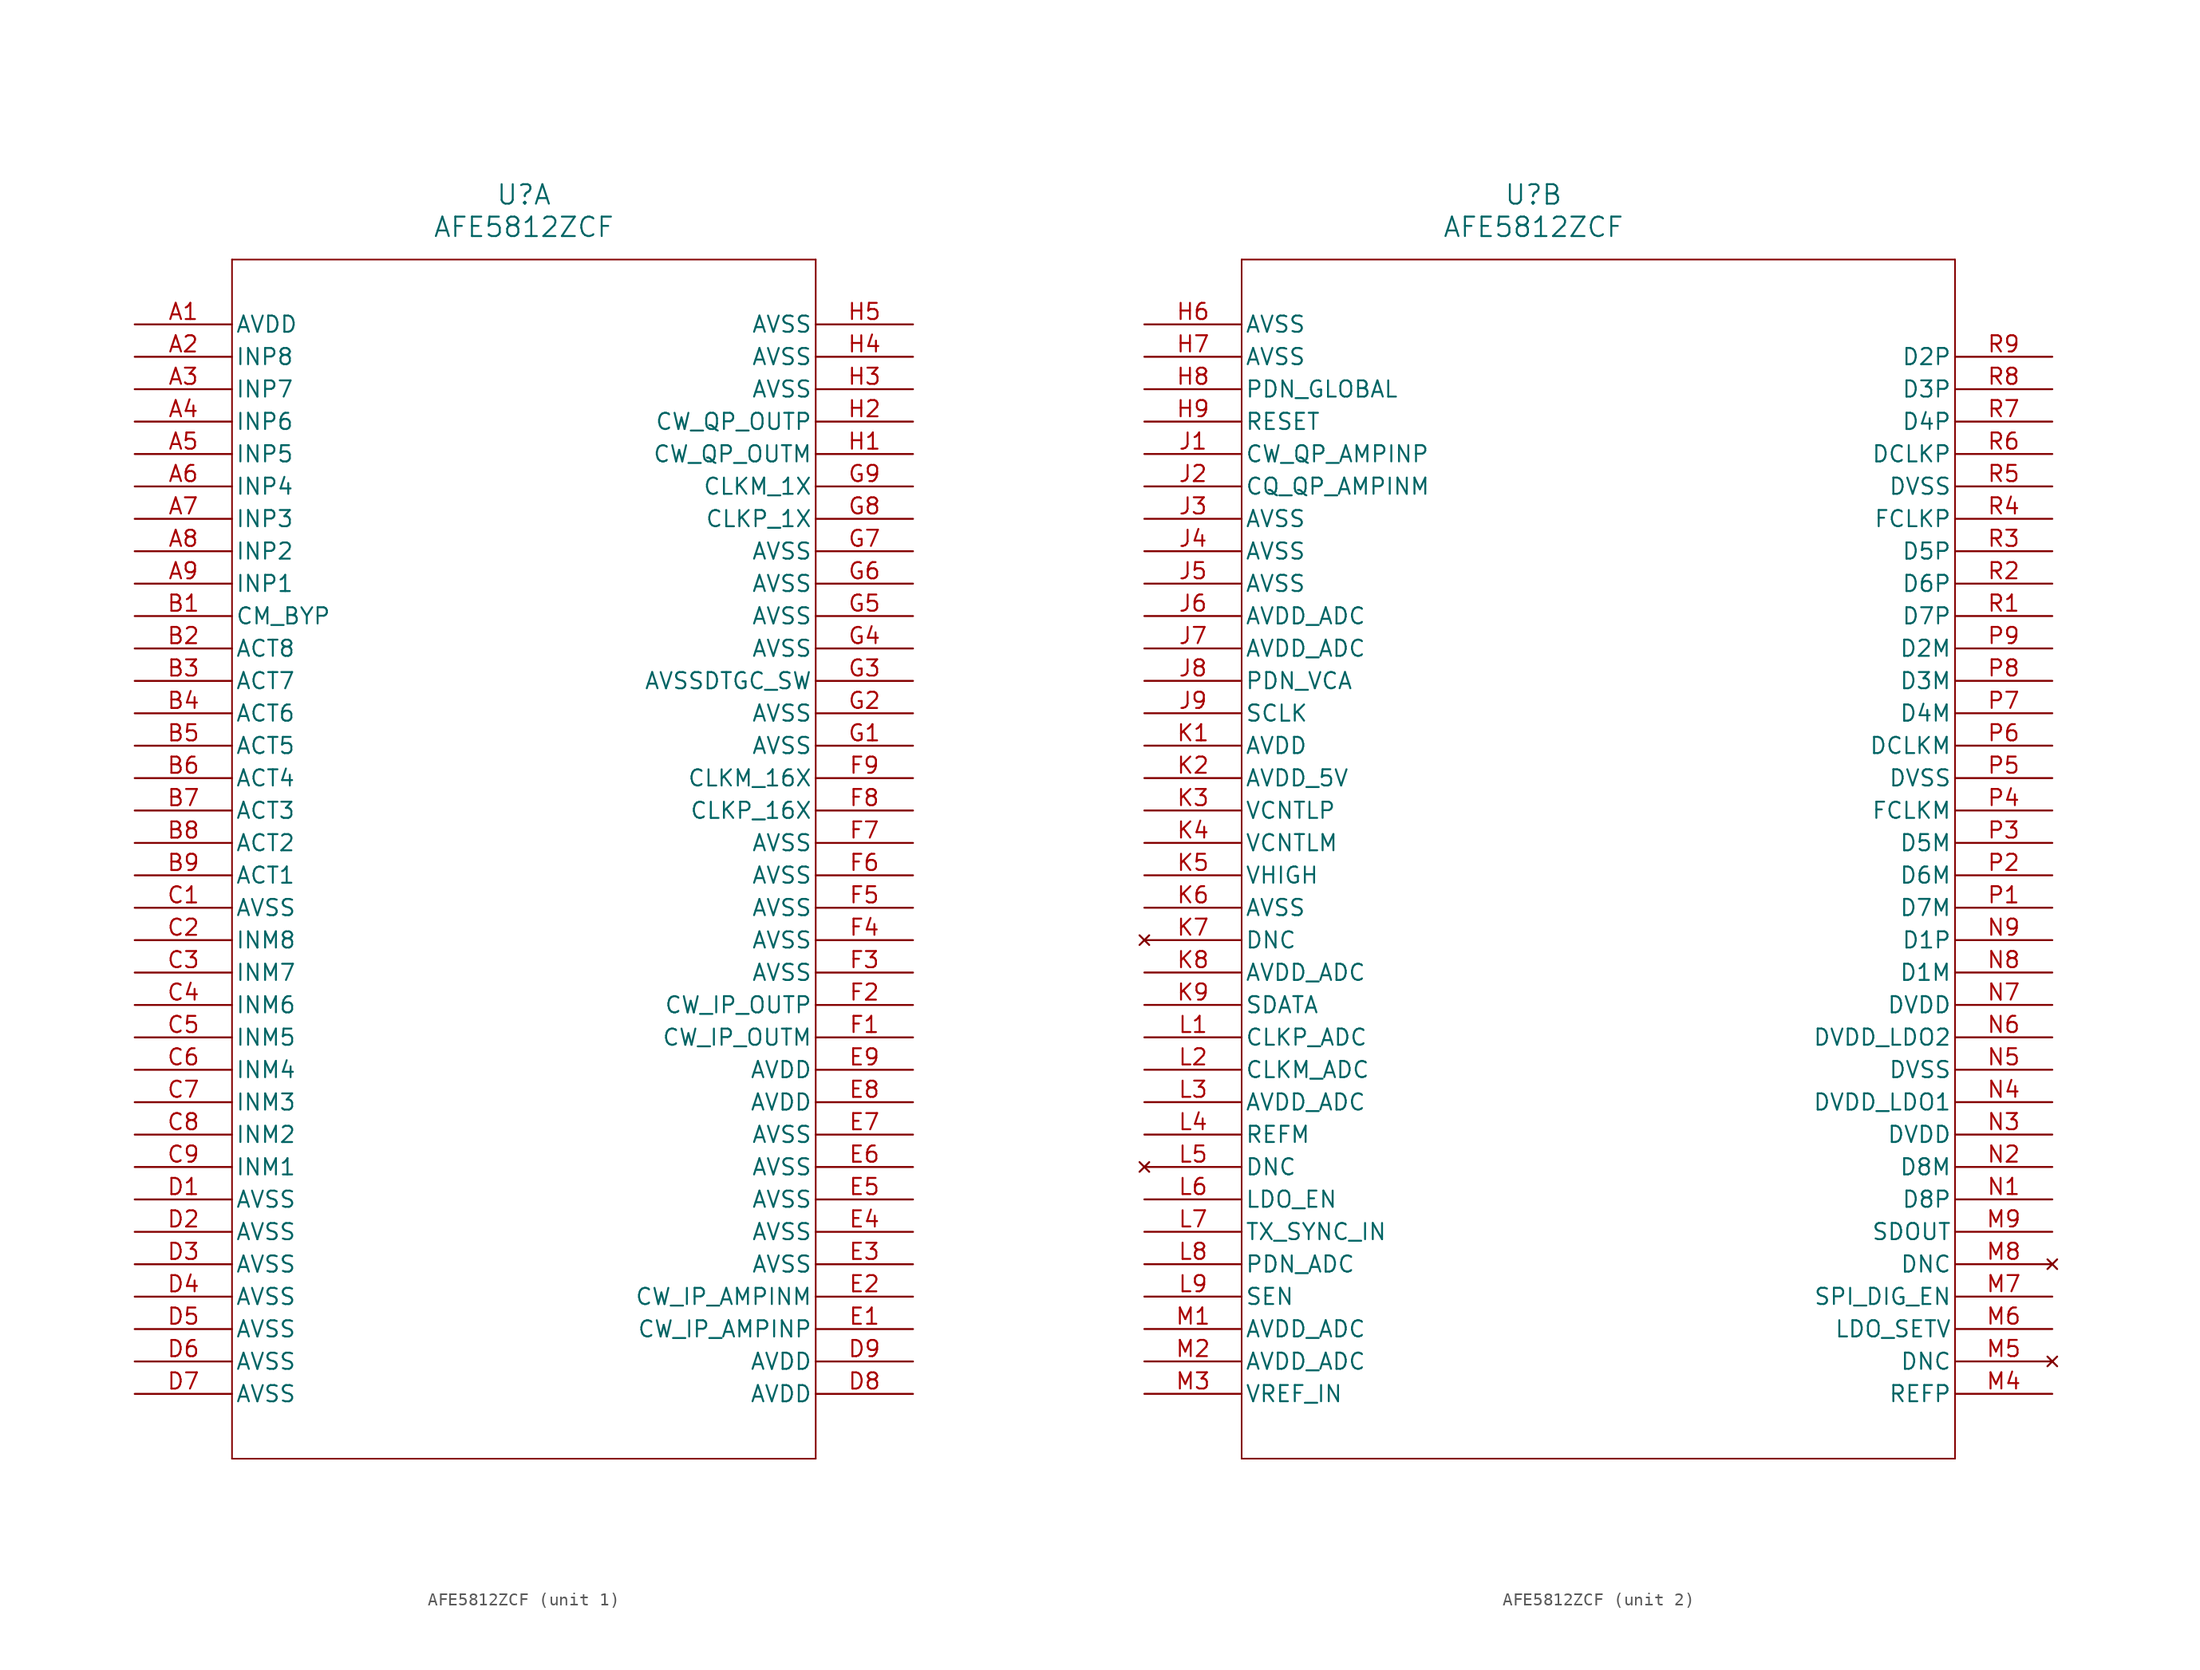
<source format=kicad_sym>
(kicad_symbol_lib
  (version 20220914)
  (generator kicad_symbol_editor)
  (symbol "AFE5812ZCF"
    (pin_names
      (offset 0.254))
    (property "Reference" "U"
      (at 30.48 10.16 0)
      (effects (font (size 1.524 1.524))))
    (property "Value" "AFE5812ZCF"
      (at 30.48 7.62 0)
      (effects (font (size 1.524 1.524))))
    (property "ki_locked" ""
      (at 0 0 0)
      (effects (font (size 1.27 1.27))))
    (symbol "AFE5812ZCF_1_1"
      (polyline (pts (xy 7.62 -88.9) (xy 53.34 -88.9)) (stroke (width 0.127) (type default)) (fill (type none)))
      (polyline (pts (xy 7.62 5.08) (xy 7.62 -88.9)) (stroke (width 0.127) (type default)) (fill (type none)))
      (polyline (pts (xy 53.34 -88.9) (xy 53.34 5.08)) (stroke (width 0.127) (type default)) (fill (type none)))
      (polyline (pts (xy 53.34 5.08) (xy 7.62 5.08)) (stroke (width 0.127) (type default)) (fill (type none)))
      (pin power_in line (at 0 0 0) (length 7.62) (name "AVDD" (effects (font (size 1.27 1.27)))) (number "A1" (effects (font (size 1.27 1.27)))))
      (pin input line (at 0 -2.54 0) (length 7.62) (name "INP8" (effects (font (size 1.27 1.27)))) (number "A2" (effects (font (size 1.27 1.27)))))
      (pin input line (at 0 -5.08 0) (length 7.62) (name "INP7" (effects (font (size 1.27 1.27)))) (number "A3" (effects (font (size 1.27 1.27)))))
      (pin input line (at 0 -7.62 0) (length 7.62) (name "INP6" (effects (font (size 1.27 1.27)))) (number "A4" (effects (font (size 1.27 1.27)))))
      (pin input line (at 0 -10.16 0) (length 7.62) (name "INP5" (effects (font (size 1.27 1.27)))) (number "A5" (effects (font (size 1.27 1.27)))))
      (pin input line (at 0 -12.7 0) (length 7.62) (name "INP4" (effects (font (size 1.27 1.27)))) (number "A6" (effects (font (size 1.27 1.27)))))
      (pin input line (at 0 -15.24 0) (length 7.62) (name "INP3" (effects (font (size 1.27 1.27)))) (number "A7" (effects (font (size 1.27 1.27)))))
      (pin input line (at 0 -17.78 0) (length 7.62) (name "INP2" (effects (font (size 1.27 1.27)))) (number "A8" (effects (font (size 1.27 1.27)))))
      (pin input line (at 0 -20.32 0) (length 7.62) (name "INP1" (effects (font (size 1.27 1.27)))) (number "A9" (effects (font (size 1.27 1.27)))))
      (pin unspecified line (at 0 -22.86 0) (length 7.62) (name "CM_BYP" (effects (font (size 1.27 1.27)))) (number "B1" (effects (font (size 1.27 1.27)))))
      (pin input line (at 0 -25.4 0) (length 7.62) (name "ACT8" (effects (font (size 1.27 1.27)))) (number "B2" (effects (font (size 1.27 1.27)))))
      (pin input line (at 0 -27.94 0) (length 7.62) (name "ACT7" (effects (font (size 1.27 1.27)))) (number "B3" (effects (font (size 1.27 1.27)))))
      (pin input line (at 0 -30.48 0) (length 7.62) (name "ACT6" (effects (font (size 1.27 1.27)))) (number "B4" (effects (font (size 1.27 1.27)))))
      (pin input line (at 0 -33.02 0) (length 7.62) (name "ACT5" (effects (font (size 1.27 1.27)))) (number "B5" (effects (font (size 1.27 1.27)))))
      (pin input line (at 0 -35.56 0) (length 7.62) (name "ACT4" (effects (font (size 1.27 1.27)))) (number "B6" (effects (font (size 1.27 1.27)))))
      (pin input line (at 0 -38.1 0) (length 7.62) (name "ACT3" (effects (font (size 1.27 1.27)))) (number "B7" (effects (font (size 1.27 1.27)))))
      (pin input line (at 0 -40.64 0) (length 7.62) (name "ACT2" (effects (font (size 1.27 1.27)))) (number "B8" (effects (font (size 1.27 1.27)))))
      (pin input line (at 0 -43.18 0) (length 7.62) (name "ACT1" (effects (font (size 1.27 1.27)))) (number "B9" (effects (font (size 1.27 1.27)))))
      (pin power_in line (at 0 -45.72 0) (length 7.62) (name "AVSS" (effects (font (size 1.27 1.27)))) (number "C1" (effects (font (size 1.27 1.27)))))
      (pin input line (at 0 -48.26 0) (length 7.62) (name "INM8" (effects (font (size 1.27 1.27)))) (number "C2" (effects (font (size 1.27 1.27)))))
      (pin input line (at 0 -50.8 0) (length 7.62) (name "INM7" (effects (font (size 1.27 1.27)))) (number "C3" (effects (font (size 1.27 1.27)))))
      (pin input line (at 0 -53.34 0) (length 7.62) (name "INM6" (effects (font (size 1.27 1.27)))) (number "C4" (effects (font (size 1.27 1.27)))))
      (pin input line (at 0 -55.88 0) (length 7.62) (name "INM5" (effects (font (size 1.27 1.27)))) (number "C5" (effects (font (size 1.27 1.27)))))
      (pin input line (at 0 -58.42 0) (length 7.62) (name "INM4" (effects (font (size 1.27 1.27)))) (number "C6" (effects (font (size 1.27 1.27)))))
      (pin input line (at 0 -60.96 0) (length 7.62) (name "INM3" (effects (font (size 1.27 1.27)))) (number "C7" (effects (font (size 1.27 1.27)))))
      (pin input line (at 0 -63.5 0) (length 7.62) (name "INM2" (effects (font (size 1.27 1.27)))) (number "C8" (effects (font (size 1.27 1.27)))))
      (pin input line (at 0 -66.04 0) (length 7.62) (name "INM1" (effects (font (size 1.27 1.27)))) (number "C9" (effects (font (size 1.27 1.27)))))
      (pin power_in line (at 0 -68.58 0) (length 7.62) (name "AVSS" (effects (font (size 1.27 1.27)))) (number "D1" (effects (font (size 1.27 1.27)))))
      (pin power_in line (at 0 -71.12 0) (length 7.62) (name "AVSS" (effects (font (size 1.27 1.27)))) (number "D2" (effects (font (size 1.27 1.27)))))
      (pin power_in line (at 0 -73.66 0) (length 7.62) (name "AVSS" (effects (font (size 1.27 1.27)))) (number "D3" (effects (font (size 1.27 1.27)))))
      (pin power_in line (at 0 -76.2 0) (length 7.62) (name "AVSS" (effects (font (size 1.27 1.27)))) (number "D4" (effects (font (size 1.27 1.27)))))
      (pin power_in line (at 0 -78.74 0) (length 7.62) (name "AVSS" (effects (font (size 1.27 1.27)))) (number "D5" (effects (font (size 1.27 1.27)))))
      (pin power_in line (at 0 -81.28 0) (length 7.62) (name "AVSS" (effects (font (size 1.27 1.27)))) (number "D6" (effects (font (size 1.27 1.27)))))
      (pin power_in line (at 0 -83.82 0) (length 7.62) (name "AVSS" (effects (font (size 1.27 1.27)))) (number "D7" (effects (font (size 1.27 1.27)))))
      (pin power_in line (at 60.96 -83.82 180) (length 7.62) (name "AVDD" (effects (font (size 1.27 1.27)))) (number "D8" (effects (font (size 1.27 1.27)))))
      (pin power_in line (at 60.96 -81.28 180) (length 7.62) (name "AVDD" (effects (font (size 1.27 1.27)))) (number "D9" (effects (font (size 1.27 1.27)))))
      (pin input line (at 60.96 -78.74 180) (length 7.62) (name "CW_IP_AMPINP" (effects (font (size 1.27 1.27)))) (number "E1" (effects (font (size 1.27 1.27)))))
      (pin input line (at 60.96 -76.2 180) (length 7.62) (name "CW_IP_AMPINM" (effects (font (size 1.27 1.27)))) (number "E2" (effects (font (size 1.27 1.27)))))
      (pin power_in line (at 60.96 -73.66 180) (length 7.62) (name "AVSS" (effects (font (size 1.27 1.27)))) (number "E3" (effects (font (size 1.27 1.27)))))
      (pin power_in line (at 60.96 -71.12 180) (length 7.62) (name "AVSS" (effects (font (size 1.27 1.27)))) (number "E4" (effects (font (size 1.27 1.27)))))
      (pin power_in line (at 60.96 -68.58 180) (length 7.62) (name "AVSS" (effects (font (size 1.27 1.27)))) (number "E5" (effects (font (size 1.27 1.27)))))
      (pin power_in line (at 60.96 -66.04 180) (length 7.62) (name "AVSS" (effects (font (size 1.27 1.27)))) (number "E6" (effects (font (size 1.27 1.27)))))
      (pin power_in line (at 60.96 -63.5 180) (length 7.62) (name "AVSS" (effects (font (size 1.27 1.27)))) (number "E7" (effects (font (size 1.27 1.27)))))
      (pin power_in line (at 60.96 -60.96 180) (length 7.62) (name "AVDD" (effects (font (size 1.27 1.27)))) (number "E8" (effects (font (size 1.27 1.27)))))
      (pin power_in line (at 60.96 -58.42 180) (length 7.62) (name "AVDD" (effects (font (size 1.27 1.27)))) (number "E9" (effects (font (size 1.27 1.27)))))
      (pin output line (at 60.96 -55.88 180) (length 7.62) (name "CW_IP_OUTM" (effects (font (size 1.27 1.27)))) (number "F1" (effects (font (size 1.27 1.27)))))
      (pin output line (at 60.96 -53.34 180) (length 7.62) (name "CW_IP_OUTP" (effects (font (size 1.27 1.27)))) (number "F2" (effects (font (size 1.27 1.27)))))
      (pin power_in line (at 60.96 -50.8 180) (length 7.62) (name "AVSS" (effects (font (size 1.27 1.27)))) (number "F3" (effects (font (size 1.27 1.27)))))
      (pin power_in line (at 60.96 -48.26 180) (length 7.62) (name "AVSS" (effects (font (size 1.27 1.27)))) (number "F4" (effects (font (size 1.27 1.27)))))
      (pin power_in line (at 60.96 -45.72 180) (length 7.62) (name "AVSS" (effects (font (size 1.27 1.27)))) (number "F5" (effects (font (size 1.27 1.27)))))
      (pin power_in line (at 60.96 -43.18 180) (length 7.62) (name "AVSS" (effects (font (size 1.27 1.27)))) (number "F6" (effects (font (size 1.27 1.27)))))
      (pin power_in line (at 60.96 -40.64 180) (length 7.62) (name "AVSS" (effects (font (size 1.27 1.27)))) (number "F7" (effects (font (size 1.27 1.27)))))
      (pin input line (at 60.96 -38.1 180) (length 7.62) (name "CLKP_16X" (effects (font (size 1.27 1.27)))) (number "F8" (effects (font (size 1.27 1.27)))))
      (pin input line (at 60.96 -35.56 180) (length 7.62) (name "CLKM_16X" (effects (font (size 1.27 1.27)))) (number "F9" (effects (font (size 1.27 1.27)))))
      (pin power_in line (at 60.96 -33.02 180) (length 7.62) (name "AVSS" (effects (font (size 1.27 1.27)))) (number "G1" (effects (font (size 1.27 1.27)))))
      (pin power_in line (at 60.96 -30.48 180) (length 7.62) (name "AVSS" (effects (font (size 1.27 1.27)))) (number "G2" (effects (font (size 1.27 1.27)))))
      (pin bidirectional line (at 60.96 -27.94 180) (length 7.62) (name "AVSSDTGC_SW" (effects (font (size 1.27 1.27)))) (number "G3" (effects (font (size 1.27 1.27)))))
      (pin power_in line (at 60.96 -25.4 180) (length 7.62) (name "AVSS" (effects (font (size 1.27 1.27)))) (number "G4" (effects (font (size 1.27 1.27)))))
      (pin power_in line (at 60.96 -22.86 180) (length 7.62) (name "AVSS" (effects (font (size 1.27 1.27)))) (number "G5" (effects (font (size 1.27 1.27)))))
      (pin power_in line (at 60.96 -20.32 180) (length 7.62) (name "AVSS" (effects (font (size 1.27 1.27)))) (number "G6" (effects (font (size 1.27 1.27)))))
      (pin power_in line (at 60.96 -17.78 180) (length 7.62) (name "AVSS" (effects (font (size 1.27 1.27)))) (number "G7" (effects (font (size 1.27 1.27)))))
      (pin input line (at 60.96 -15.24 180) (length 7.62) (name "CLKP_1X" (effects (font (size 1.27 1.27)))) (number "G8" (effects (font (size 1.27 1.27)))))
      (pin input line (at 60.96 -12.7 180) (length 7.62) (name "CLKM_1X" (effects (font (size 1.27 1.27)))) (number "G9" (effects (font (size 1.27 1.27)))))
      (pin output line (at 60.96 -10.16 180) (length 7.62) (name "CW_QP_OUTM" (effects (font (size 1.27 1.27)))) (number "H1" (effects (font (size 1.27 1.27)))))
      (pin output line (at 60.96 -7.62 180) (length 7.62) (name "CW_QP_OUTP" (effects (font (size 1.27 1.27)))) (number "H2" (effects (font (size 1.27 1.27)))))
      (pin power_in line (at 60.96 -5.08 180) (length 7.62) (name "AVSS" (effects (font (size 1.27 1.27)))) (number "H3" (effects (font (size 1.27 1.27)))))
      (pin power_in line (at 60.96 -2.54 180) (length 7.62) (name "AVSS" (effects (font (size 1.27 1.27)))) (number "H4" (effects (font (size 1.27 1.27)))))
      (pin power_in line (at 60.96 0 180) (length 7.62) (name "AVSS" (effects (font (size 1.27 1.27)))) (number "H5" (effects (font (size 1.27 1.27))))))
    (symbol "AFE5812ZCF_2_1"
      (polyline (pts (xy 7.62 -88.9) (xy 63.5 -88.9)) (stroke (width 0.127) (type default)) (fill (type none)))
      (polyline (pts (xy 7.62 5.08) (xy 7.62 -88.9)) (stroke (width 0.127) (type default)) (fill (type none)))
      (polyline (pts (xy 63.5 -88.9) (xy 63.5 5.08)) (stroke (width 0.127) (type default)) (fill (type none)))
      (polyline (pts (xy 63.5 5.08) (xy 7.62 5.08)) (stroke (width 0.127) (type default)) (fill (type none)))
      (pin power_in line (at 0 0 0) (length 7.62) (name "AVSS" (effects (font (size 1.27 1.27)))) (number "H6" (effects (font (size 1.27 1.27)))))
      (pin power_in line (at 0 -2.54 0) (length 7.62) (name "AVSS" (effects (font (size 1.27 1.27)))) (number "H7" (effects (font (size 1.27 1.27)))))
      (pin unspecified line (at 0 -5.08 0) (length 7.62) (name "PDN_GLOBAL" (effects (font (size 1.27 1.27)))) (number "H8" (effects (font (size 1.27 1.27)))))
      (pin unspecified line (at 0 -7.62 0) (length 7.62) (name "RESET" (effects (font (size 1.27 1.27)))) (number "H9" (effects (font (size 1.27 1.27)))))
      (pin input line (at 0 -10.16 0) (length 7.62) (name "CW_QP_AMPINP" (effects (font (size 1.27 1.27)))) (number "J1" (effects (font (size 1.27 1.27)))))
      (pin input line (at 0 -12.7 0) (length 7.62) (name "CQ_QP_AMPINM" (effects (font (size 1.27 1.27)))) (number "J2" (effects (font (size 1.27 1.27)))))
      (pin power_in line (at 0 -15.24 0) (length 7.62) (name "AVSS" (effects (font (size 1.27 1.27)))) (number "J3" (effects (font (size 1.27 1.27)))))
      (pin power_in line (at 0 -17.78 0) (length 7.62) (name "AVSS" (effects (font (size 1.27 1.27)))) (number "J4" (effects (font (size 1.27 1.27)))))
      (pin power_in line (at 0 -20.32 0) (length 7.62) (name "AVSS" (effects (font (size 1.27 1.27)))) (number "J5" (effects (font (size 1.27 1.27)))))
      (pin power_in line (at 0 -22.86 0) (length 7.62) (name "AVDD_ADC" (effects (font (size 1.27 1.27)))) (number "J6" (effects (font (size 1.27 1.27)))))
      (pin power_in line (at 0 -25.4 0) (length 7.62) (name "AVDD_ADC" (effects (font (size 1.27 1.27)))) (number "J7" (effects (font (size 1.27 1.27)))))
      (pin unspecified line (at 0 -27.94 0) (length 7.62) (name "PDN_VCA" (effects (font (size 1.27 1.27)))) (number "J8" (effects (font (size 1.27 1.27)))))
      (pin input line (at 0 -30.48 0) (length 7.62) (name "SCLK" (effects (font (size 1.27 1.27)))) (number "J9" (effects (font (size 1.27 1.27)))))
      (pin power_in line (at 0 -33.02 0) (length 7.62) (name "AVDD" (effects (font (size 1.27 1.27)))) (number "K1" (effects (font (size 1.27 1.27)))))
      (pin power_in line (at 0 -35.56 0) (length 7.62) (name "AVDD_5V" (effects (font (size 1.27 1.27)))) (number "K2" (effects (font (size 1.27 1.27)))))
      (pin unspecified line (at 0 -38.1 0) (length 7.62) (name "VCNTLP" (effects (font (size 1.27 1.27)))) (number "K3" (effects (font (size 1.27 1.27)))))
      (pin unspecified line (at 0 -40.64 0) (length 7.62) (name "VCNTLM" (effects (font (size 1.27 1.27)))) (number "K4" (effects (font (size 1.27 1.27)))))
      (pin unspecified line (at 0 -43.18 0) (length 7.62) (name "VHIGH" (effects (font (size 1.27 1.27)))) (number "K5" (effects (font (size 1.27 1.27)))))
      (pin power_in line (at 0 -45.72 0) (length 7.62) (name "AVSS" (effects (font (size 1.27 1.27)))) (number "K6" (effects (font (size 1.27 1.27)))))
      (pin no_connect line (at 0 -48.26 0) (length 7.62) (name "DNC" (effects (font (size 1.27 1.27)))) (number "K7" (effects (font (size 1.27 1.27)))))
      (pin power_in line (at 0 -50.8 0) (length 7.62) (name "AVDD_ADC" (effects (font (size 1.27 1.27)))) (number "K8" (effects (font (size 1.27 1.27)))))
      (pin input line (at 0 -53.34 0) (length 7.62) (name "SDATA" (effects (font (size 1.27 1.27)))) (number "K9" (effects (font (size 1.27 1.27)))))
      (pin input line (at 0 -55.88 0) (length 7.62) (name "CLKP_ADC" (effects (font (size 1.27 1.27)))) (number "L1" (effects (font (size 1.27 1.27)))))
      (pin input line (at 0 -58.42 0) (length 7.62) (name "CLKM_ADC" (effects (font (size 1.27 1.27)))) (number "L2" (effects (font (size 1.27 1.27)))))
      (pin power_in line (at 0 -60.96 0) (length 7.62) (name "AVDD_ADC" (effects (font (size 1.27 1.27)))) (number "L3" (effects (font (size 1.27 1.27)))))
      (pin output line (at 0 -63.5 0) (length 7.62) (name "REFM" (effects (font (size 1.27 1.27)))) (number "L4" (effects (font (size 1.27 1.27)))))
      (pin no_connect line (at 0 -66.04 0) (length 7.62) (name "DNC" (effects (font (size 1.27 1.27)))) (number "L5" (effects (font (size 1.27 1.27)))))
      (pin unspecified line (at 0 -68.58 0) (length 7.62) (name "LDO_EN" (effects (font (size 1.27 1.27)))) (number "L6" (effects (font (size 1.27 1.27)))))
      (pin input line (at 0 -71.12 0) (length 7.62) (name "TX_SYNC_IN" (effects (font (size 1.27 1.27)))) (number "L7" (effects (font (size 1.27 1.27)))))
      (pin unspecified line (at 0 -73.66 0) (length 7.62) (name "PDN_ADC" (effects (font (size 1.27 1.27)))) (number "L8" (effects (font (size 1.27 1.27)))))
      (pin unspecified line (at 0 -76.2 0) (length 7.62) (name "SEN" (effects (font (size 1.27 1.27)))) (number "L9" (effects (font (size 1.27 1.27)))))
      (pin power_in line (at 0 -78.74 0) (length 7.62) (name "AVDD_ADC" (effects (font (size 1.27 1.27)))) (number "M1" (effects (font (size 1.27 1.27)))))
      (pin power_in line (at 0 -81.28 0) (length 7.62) (name "AVDD_ADC" (effects (font (size 1.27 1.27)))) (number "M2" (effects (font (size 1.27 1.27)))))
      (pin input line (at 0 -83.82 0) (length 7.62) (name "VREF_IN" (effects (font (size 1.27 1.27)))) (number "M3" (effects (font (size 1.27 1.27)))))
      (pin output line (at 71.12 -83.82 180) (length 7.62) (name "REFP" (effects (font (size 1.27 1.27)))) (number "M4" (effects (font (size 1.27 1.27)))))
      (pin no_connect line (at 71.12 -81.28 180) (length 7.62) (name "DNC" (effects (font (size 1.27 1.27)))) (number "M5" (effects (font (size 1.27 1.27)))))
      (pin unspecified line (at 71.12 -78.74 180) (length 7.62) (name "LDO_SETV" (effects (font (size 1.27 1.27)))) (number "M6" (effects (font (size 1.27 1.27)))))
      (pin unspecified line (at 71.12 -76.2 180) (length 7.62) (name "SPI_DIG_EN" (effects (font (size 1.27 1.27)))) (number "M7" (effects (font (size 1.27 1.27)))))
      (pin no_connect line (at 71.12 -73.66 180) (length 7.62) (name "DNC" (effects (font (size 1.27 1.27)))) (number "M8" (effects (font (size 1.27 1.27)))))
      (pin output line (at 71.12 -71.12 180) (length 7.62) (name "SDOUT" (effects (font (size 1.27 1.27)))) (number "M9" (effects (font (size 1.27 1.27)))))
      (pin output line (at 71.12 -68.58 180) (length 7.62) (name "D8P" (effects (font (size 1.27 1.27)))) (number "N1" (effects (font (size 1.27 1.27)))))
      (pin output line (at 71.12 -66.04 180) (length 7.62) (name "D8M" (effects (font (size 1.27 1.27)))) (number "N2" (effects (font (size 1.27 1.27)))))
      (pin power_in line (at 71.12 -63.5 180) (length 7.62) (name "DVDD" (effects (font (size 1.27 1.27)))) (number "N3" (effects (font (size 1.27 1.27)))))
      (pin power_in line (at 71.12 -60.96 180) (length 7.62) (name "DVDD_LDO1" (effects (font (size 1.27 1.27)))) (number "N4" (effects (font (size 1.27 1.27)))))
      (pin power_in line (at 71.12 -58.42 180) (length 7.62) (name "DVSS" (effects (font (size 1.27 1.27)))) (number "N5" (effects (font (size 1.27 1.27)))))
      (pin power_in line (at 71.12 -55.88 180) (length 7.62) (name "DVDD_LDO2" (effects (font (size 1.27 1.27)))) (number "N6" (effects (font (size 1.27 1.27)))))
      (pin power_in line (at 71.12 -53.34 180) (length 7.62) (name "DVDD" (effects (font (size 1.27 1.27)))) (number "N7" (effects (font (size 1.27 1.27)))))
      (pin output line (at 71.12 -50.8 180) (length 7.62) (name "D1M" (effects (font (size 1.27 1.27)))) (number "N8" (effects (font (size 1.27 1.27)))))
      (pin output line (at 71.12 -48.26 180) (length 7.62) (name "D1P" (effects (font (size 1.27 1.27)))) (number "N9" (effects (font (size 1.27 1.27)))))
      (pin output line (at 71.12 -45.72 180) (length 7.62) (name "D7M" (effects (font (size 1.27 1.27)))) (number "P1" (effects (font (size 1.27 1.27)))))
      (pin output line (at 71.12 -43.18 180) (length 7.62) (name "D6M" (effects (font (size 1.27 1.27)))) (number "P2" (effects (font (size 1.27 1.27)))))
      (pin output line (at 71.12 -40.64 180) (length 7.62) (name "D5M" (effects (font (size 1.27 1.27)))) (number "P3" (effects (font (size 1.27 1.27)))))
      (pin output line (at 71.12 -38.1 180) (length 7.62) (name "FCLKM" (effects (font (size 1.27 1.27)))) (number "P4" (effects (font (size 1.27 1.27)))))
      (pin power_in line (at 71.12 -35.56 180) (length 7.62) (name "DVSS" (effects (font (size 1.27 1.27)))) (number "P5" (effects (font (size 1.27 1.27)))))
      (pin output line (at 71.12 -33.02 180) (length 7.62) (name "DCLKM" (effects (font (size 1.27 1.27)))) (number "P6" (effects (font (size 1.27 1.27)))))
      (pin output line (at 71.12 -30.48 180) (length 7.62) (name "D4M" (effects (font (size 1.27 1.27)))) (number "P7" (effects (font (size 1.27 1.27)))))
      (pin output line (at 71.12 -27.94 180) (length 7.62) (name "D3M" (effects (font (size 1.27 1.27)))) (number "P8" (effects (font (size 1.27 1.27)))))
      (pin output line (at 71.12 -25.4 180) (length 7.62) (name "D2M" (effects (font (size 1.27 1.27)))) (number "P9" (effects (font (size 1.27 1.27)))))
      (pin output line (at 71.12 -22.86 180) (length 7.62) (name "D7P" (effects (font (size 1.27 1.27)))) (number "R1" (effects (font (size 1.27 1.27)))))
      (pin output line (at 71.12 -20.32 180) (length 7.62) (name "D6P" (effects (font (size 1.27 1.27)))) (number "R2" (effects (font (size 1.27 1.27)))))
      (pin output line (at 71.12 -17.78 180) (length 7.62) (name "D5P" (effects (font (size 1.27 1.27)))) (number "R3" (effects (font (size 1.27 1.27)))))
      (pin output line (at 71.12 -15.24 180) (length 7.62) (name "FCLKP" (effects (font (size 1.27 1.27)))) (number "R4" (effects (font (size 1.27 1.27)))))
      (pin power_in line (at 71.12 -12.7 180) (length 7.62) (name "DVSS" (effects (font (size 1.27 1.27)))) (number "R5" (effects (font (size 1.27 1.27)))))
      (pin output line (at 71.12 -10.16 180) (length 7.62) (name "DCLKP" (effects (font (size 1.27 1.27)))) (number "R6" (effects (font (size 1.27 1.27)))))
      (pin output line (at 71.12 -7.62 180) (length 7.62) (name "D4P" (effects (font (size 1.27 1.27)))) (number "R7" (effects (font (size 1.27 1.27)))))
      (pin output line (at 71.12 -5.08 180) (length 7.62) (name "D3P" (effects (font (size 1.27 1.27)))) (number "R8" (effects (font (size 1.27 1.27)))))
      (pin output line (at 71.12 -2.54 180) (length 7.62) (name "D2P" (effects (font (size 1.27 1.27)))) (number "R9" (effects (font (size 1.27 1.27))))))))
</source>
